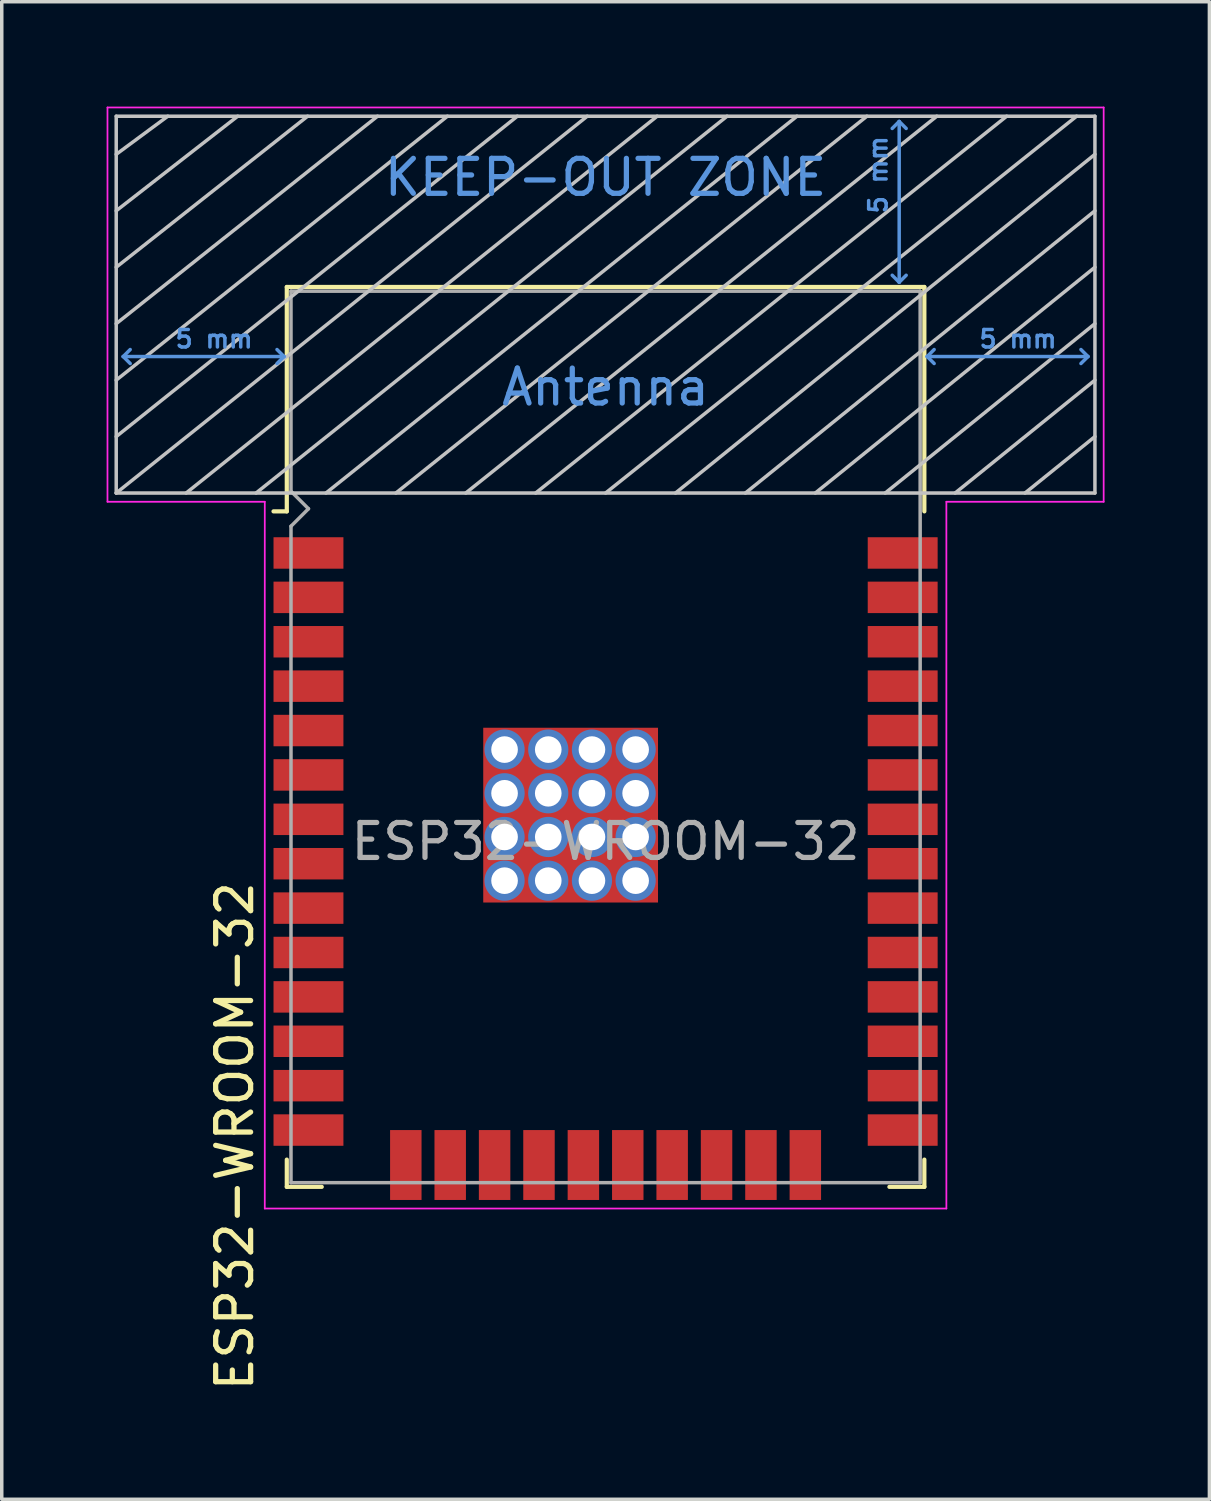
<source format=kicad_pcb>
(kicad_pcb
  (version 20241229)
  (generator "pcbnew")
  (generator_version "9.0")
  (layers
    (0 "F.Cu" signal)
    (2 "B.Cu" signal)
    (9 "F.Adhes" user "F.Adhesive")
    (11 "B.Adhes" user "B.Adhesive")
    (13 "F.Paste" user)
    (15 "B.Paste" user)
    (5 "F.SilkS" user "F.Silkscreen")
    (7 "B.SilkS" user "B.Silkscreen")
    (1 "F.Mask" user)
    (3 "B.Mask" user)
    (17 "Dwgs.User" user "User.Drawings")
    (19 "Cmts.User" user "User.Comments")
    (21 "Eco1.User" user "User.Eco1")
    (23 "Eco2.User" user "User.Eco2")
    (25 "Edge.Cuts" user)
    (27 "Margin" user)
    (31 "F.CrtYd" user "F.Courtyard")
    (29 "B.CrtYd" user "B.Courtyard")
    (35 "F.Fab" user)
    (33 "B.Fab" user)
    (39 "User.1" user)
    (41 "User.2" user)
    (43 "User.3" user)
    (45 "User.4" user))
  (footprint "ESP32-WROOM-32"
    (layer "F.Cu")
    (at 14.275 21.025)
    (property "Reference" "ESP32-WROOM-32" (at -10.61 8.43 90) (layer "F.SilkS") (effects (font (size 1 1) (thickness 0.15))))
    (attr smd)
    (fp_line (start -9.12 -15.865) (end -9.12 -9.445) (stroke (width 0.12) (type solid)) (layer "F.SilkS"))
    (fp_line (start -9.12 -15.865) (end 9.12 -15.865) (stroke (width 0.12) (type solid)) (layer "F.SilkS"))
    (fp_line (start -9.12 -9.445) (end -9.5 -9.445) (stroke (width 0.12) (type solid)) (layer "F.SilkS"))
    (fp_line (start -9.12 9.1) (end -9.12 9.88) (stroke (width 0.12) (type solid)) (layer "F.SilkS"))
    (fp_line (start -9.12 9.88) (end -8.12 9.88) (stroke (width 0.12) (type solid)) (layer "F.SilkS"))
    (fp_line (start 9.12 -15.865) (end 9.12 -9.445) (stroke (width 0.12) (type solid)) (layer "F.SilkS"))
    (fp_line (start 9.12 9.1) (end 9.12 9.88) (stroke (width 0.12) (type solid)) (layer "F.SilkS"))
    (fp_line (start 9.12 9.88) (end 8.12 9.88) (stroke (width 0.12) (type solid)) (layer "F.SilkS"))
    (fp_line (start -14 -9.97) (end -14 -20.75) (stroke (width 0.1) (type solid)) (layer "Dwgs.User"))
    (fp_line (start -12.525 -20.75) (end -14 -19.66) (stroke (width 0.1) (type solid)) (layer "Dwgs.User"))
    (fp_line (start -10.525 -20.75) (end -14 -18.045) (stroke (width 0.1) (type solid)) (layer "Dwgs.User"))
    (fp_line (start -8.525 -20.75) (end -14 -16.43) (stroke (width 0.1) (type solid)) (layer "Dwgs.User"))
    (fp_line (start -8 -9.97) (end 5.475 -20.75) (stroke (width 0.1) (type solid)) (layer "Dwgs.User"))
    (fp_line (start -6.525 -20.75) (end -14 -14.815) (stroke (width 0.1) (type solid)) (layer "Dwgs.User"))
    (fp_line (start -4.525 -20.75) (end -14 -13.2) (stroke (width 0.1) (type solid)) (layer "Dwgs.User"))
    (fp_line (start -2.525 -20.75) (end -14 -11.585) (stroke (width 0.1) (type solid)) (layer "Dwgs.User"))
    (fp_line (start -0.525 -20.75) (end -14 -9.97) (stroke (width 0.1) (type solid)) (layer "Dwgs.User"))
    (fp_line (start 1.475 -20.75) (end -12 -9.97) (stroke (width 0.1) (type solid)) (layer "Dwgs.User"))
    (fp_line (start 3.475 -20.75) (end -10 -9.97) (stroke (width 0.1) (type solid)) (layer "Dwgs.User"))
    (fp_line (start 7.475 -20.75) (end -6 -9.97) (stroke (width 0.1) (type solid)) (layer "Dwgs.User"))
    (fp_line (start 9.475 -20.75) (end -4 -9.97) (stroke (width 0.1) (type solid)) (layer "Dwgs.User"))
    (fp_line (start 11.475 -20.75) (end -2 -9.97) (stroke (width 0.1) (type solid)) (layer "Dwgs.User"))
    (fp_line (start 13.475 -20.75) (end 0 -9.97) (stroke (width 0.1) (type solid)) (layer "Dwgs.User"))
    (fp_line (start 14 -20.75) (end -14 -20.75) (stroke (width 0.1) (type solid)) (layer "Dwgs.User"))
    (fp_line (start 14 -19.66) (end 2 -9.97) (stroke (width 0.1) (type solid)) (layer "Dwgs.User"))
    (fp_line (start 14 -18.045) (end 4 -9.97) (stroke (width 0.1) (type solid)) (layer "Dwgs.User"))
    (fp_line (start 14 -16.43) (end 6 -9.97) (stroke (width 0.1) (type solid)) (layer "Dwgs.User"))
    (fp_line (start 14 -14.815) (end 8 -9.97) (stroke (width 0.1) (type solid)) (layer "Dwgs.User"))
    (fp_line (start 14 -13.2) (end 10 -9.97) (stroke (width 0.1) (type solid)) (layer "Dwgs.User"))
    (fp_line (start 14 -11.585) (end 12 -9.97) (stroke (width 0.1) (type solid)) (layer "Dwgs.User"))
    (fp_line (start 14 -9.97) (end -14 -9.97) (stroke (width 0.1) (type solid)) (layer "Dwgs.User"))
    (fp_line (start 14 -9.97) (end 14 -20.75) (stroke (width 0.1) (type solid)) (layer "Dwgs.User"))
    (fp_line (start -13.8 -13.875) (end -13.6 -14.075) (stroke (width 0.1) (type solid)) (layer "Cmts.User"))
    (fp_line (start -13.8 -13.875) (end -13.6 -13.675) (stroke (width 0.1) (type solid)) (layer "Cmts.User"))
    (fp_line (start -13.8 -13.875) (end -9.2 -13.875) (stroke (width 0.1) (type solid)) (layer "Cmts.User"))
    (fp_line (start -9.2 -13.875) (end -9.4 -14.075) (stroke (width 0.1) (type solid)) (layer "Cmts.User"))
    (fp_line (start -9.2 -13.875) (end -9.4 -13.675) (stroke (width 0.1) (type solid)) (layer "Cmts.User"))
    (fp_line (start 8.4 -20.6) (end 8.2 -20.4) (stroke (width 0.1) (type solid)) (layer "Cmts.User"))
    (fp_line (start 8.4 -20.6) (end 8.6 -20.4) (stroke (width 0.1) (type solid)) (layer "Cmts.User"))
    (fp_line (start 8.4 -16) (end 8.2 -16.2) (stroke (width 0.1) (type solid)) (layer "Cmts.User"))
    (fp_line (start 8.4 -16) (end 8.4 -20.6) (stroke (width 0.1) (type solid)) (layer "Cmts.User"))
    (fp_line (start 8.4 -16) (end 8.6 -16.2) (stroke (width 0.1) (type solid)) (layer "Cmts.User"))
    (fp_line (start 9.2 -13.875) (end 9.4 -14.075) (stroke (width 0.1) (type solid)) (layer "Cmts.User"))
    (fp_line (start 9.2 -13.875) (end 9.4 -13.675) (stroke (width 0.1) (type solid)) (layer "Cmts.User"))
    (fp_line (start 9.2 -13.875) (end 13.8 -13.875) (stroke (width 0.1) (type solid)) (layer "Cmts.User"))
    (fp_line (start 13.8 -13.875) (end 13.6 -14.075) (stroke (width 0.1) (type solid)) (layer "Cmts.User"))
    (fp_line (start 13.8 -13.875) (end 13.6 -13.675) (stroke (width 0.1) (type solid)) (layer "Cmts.User"))
    (fp_line (start -14.25 -21) (end -14.25 -9.72) (stroke (width 0.05) (type solid)) (layer "F.CrtYd"))
    (fp_line (start -14.25 -21) (end 14.25 -21) (stroke (width 0.05) (type solid)) (layer "F.CrtYd"))
    (fp_line (start -14.25 -9.72) (end -9.75 -9.72) (stroke (width 0.05) (type solid)) (layer "F.CrtYd"))
    (fp_line (start -9.75 10.5) (end -9.75 -9.72) (stroke (width 0.05) (type solid)) (layer "F.CrtYd"))
    (fp_line (start -9.75 10.5) (end 9.75 10.5) (stroke (width 0.05) (type solid)) (layer "F.CrtYd"))
    (fp_line (start 9.75 -9.72) (end 9.75 10.5) (stroke (width 0.05) (type solid)) (layer "F.CrtYd"))
    (fp_line (start 9.75 -9.72) (end 14.25 -9.72) (stroke (width 0.05) (type solid)) (layer "F.CrtYd"))
    (fp_line (start 14.25 -21) (end 14.25 -9.72) (stroke (width 0.05) (type solid)) (layer "F.CrtYd"))
    (fp_line (start -9 -15.745) (end -9 -10.02) (stroke (width 0.1) (type solid)) (layer "F.Fab"))
    (fp_line (start -9 -15.745) (end 9 -15.745) (stroke (width 0.1) (type solid)) (layer "F.Fab"))
    (fp_line (start -9 -9.02) (end -9 9.76) (stroke (width 0.1) (type solid)) (layer "F.Fab"))
    (fp_line (start -9 -9.02) (end -8.5 -9.52) (stroke (width 0.1) (type solid)) (layer "F.Fab"))
    (fp_line (start -9 9.76) (end 9 9.76) (stroke (width 0.1) (type solid)) (layer "F.Fab"))
    (fp_line (start -8.5 -9.52) (end -9 -10.02) (stroke (width 0.1) (type solid)) (layer "F.Fab"))
    (fp_line (start 9 9.76) (end 9 -15.745) (stroke (width 0.1) (type solid)) (layer "F.Fab"))
    (fp_text user "5 mm" (at -11.2 -14.375 0) (layer "Cmts.User") (effects (font (size 0.5 0.5) (thickness 0.1))))
    (fp_text user "KEEP-OUT ZONE" (at 0 -19 0) (layer "Cmts.User") (effects (font (size 1 1) (thickness 0.15))))
    (fp_text user "5 mm" (at 7.8 -19.075 90) (layer "Cmts.User") (effects (font (size 0.5 0.5) (thickness 0.1))))
    (fp_text user "Antenna" (at 0 -13 0) (layer "Cmts.User") (effects (font (size 1 1) (thickness 0.15))))
    (fp_text user "5 mm" (at 11.8 -14.375 0) (layer "Cmts.User") (effects (font (size 0.5 0.5) (thickness 0.1))))
    (fp_text user "${REFERENCE}" (at 0 0 0) (layer "F.Fab") (effects (font (size 1 1) (thickness 0.15))))
    (pad "1" smd rect (at -8.5 -8.255) (size 2 0.9) (layers "F.Cu" "F.Mask" "F.Paste"))
    (pad "2" smd rect (at -8.5 -6.985) (size 2 0.9) (layers "F.Cu" "F.Mask" "F.Paste"))
    (pad "3" smd rect (at -8.5 -5.715) (size 2 0.9) (layers "F.Cu" "F.Mask" "F.Paste"))
    (pad "4" smd rect (at -8.5 -4.445) (size 2 0.9) (layers "F.Cu" "F.Mask" "F.Paste"))
    (pad "5" smd rect (at -8.5 -3.175) (size 2 0.9) (layers "F.Cu" "F.Mask" "F.Paste"))
    (pad "6" smd rect (at -8.5 -1.905) (size 2 0.9) (layers "F.Cu" "F.Mask" "F.Paste"))
    (pad "7" smd rect (at -8.5 -0.635) (size 2 0.9) (layers "F.Cu" "F.Mask" "F.Paste"))
    (pad "8" smd rect (at -8.5 0.635) (size 2 0.9) (layers "F.Cu" "F.Mask" "F.Paste"))
    (pad "9" smd rect (at -8.5 1.905) (size 2 0.9) (layers "F.Cu" "F.Mask" "F.Paste"))
    (pad "10" smd rect (at -8.5 3.175) (size 2 0.9) (layers "F.Cu" "F.Mask" "F.Paste"))
    (pad "11" smd rect (at -8.5 4.445) (size 2 0.9) (layers "F.Cu" "F.Mask" "F.Paste"))
    (pad "12" smd rect (at -8.5 5.715) (size 2 0.9) (layers "F.Cu" "F.Mask" "F.Paste"))
    (pad "13" smd rect (at -8.5 6.985) (size 2 0.9) (layers "F.Cu" "F.Mask" "F.Paste"))
    (pad "14" smd rect (at -8.5 8.255) (size 2 0.9) (layers "F.Cu" "F.Mask" "F.Paste"))
    (pad "15" smd rect (at -5.715 9.255 90) (size 2 0.9) (layers "F.Cu" "F.Mask" "F.Paste"))
    (pad "16" smd rect (at -4.445 9.255 90) (size 2 0.9) (layers "F.Cu" "F.Mask" "F.Paste"))
    (pad "17" smd rect (at -3.175 9.255 90) (size 2 0.9) (layers "F.Cu" "F.Mask" "F.Paste"))
    (pad "18" smd rect (at -1.905 9.255 90) (size 2 0.9) (layers "F.Cu" "F.Mask" "F.Paste"))
    (pad "19" smd rect (at -0.635 9.255 90) (size 2 0.9) (layers "F.Cu" "F.Mask" "F.Paste"))
    (pad "20" smd rect (at 0.635 9.255 90) (size 2 0.9) (layers "F.Cu" "F.Mask" "F.Paste"))
    (pad "21" smd rect (at 1.905 9.255 90) (size 2 0.9) (layers "F.Cu" "F.Mask" "F.Paste"))
    (pad "22" smd rect (at 3.175 9.255 90) (size 2 0.9) (layers "F.Cu" "F.Mask" "F.Paste"))
    (pad "23" smd rect (at 4.445 9.255 90) (size 2 0.9) (layers "F.Cu" "F.Mask" "F.Paste"))
    (pad "24" smd rect (at 5.715 9.255 90) (size 2 0.9) (layers "F.Cu" "F.Mask" "F.Paste"))
    (pad "25" smd rect (at 8.5 8.255) (size 2 0.9) (layers "F.Cu" "F.Mask" "F.Paste"))
    (pad "26" smd rect (at 8.5 6.985) (size 2 0.9) (layers "F.Cu" "F.Mask" "F.Paste"))
    (pad "27" smd rect (at 8.5 5.715) (size 2 0.9) (layers "F.Cu" "F.Mask" "F.Paste"))
    (pad "28" smd rect (at 8.5 4.445) (size 2 0.9) (layers "F.Cu" "F.Mask" "F.Paste"))
    (pad "29" smd rect (at 8.5 3.175) (size 2 0.9) (layers "F.Cu" "F.Mask" "F.Paste"))
    (pad "30" smd rect (at 8.5 1.905) (size 2 0.9) (layers "F.Cu" "F.Mask" "F.Paste"))
    (pad "31" smd rect (at 8.5 0.635) (size 2 0.9) (layers "F.Cu" "F.Mask" "F.Paste"))
    (pad "32" smd rect (at 8.5 -0.635) (size 2 0.9) (layers "F.Cu" "F.Mask" "F.Paste"))
    (pad "33" smd rect (at 8.5 -1.905) (size 2 0.9) (layers "F.Cu" "F.Mask" "F.Paste"))
    (pad "34" smd rect (at 8.5 -3.175) (size 2 0.9) (layers "F.Cu" "F.Mask" "F.Paste"))
    (pad "35" smd rect (at 8.5 -4.445) (size 2 0.9) (layers "F.Cu" "F.Mask" "F.Paste"))
    (pad "36" smd rect (at 8.5 -5.715) (size 2 0.9) (layers "F.Cu" "F.Mask" "F.Paste"))
    (pad "37" smd rect (at 8.5 -6.985) (size 2 0.9) (layers "F.Cu" "F.Mask" "F.Paste"))
    (pad "38" smd rect (at 8.5 -8.255) (size 2 0.9) (layers "F.Cu" "F.Mask" "F.Paste"))
    (pad "39" thru_hole circle (at -2.89 -2.63) (size 1.15 1.15) (drill 0.762) (layers "*.Cu" "*.Mask"))
    (pad "39" thru_hole circle (at -2.89 -1.38) (size 1.15 1.15) (drill 0.762) (layers "*.Cu" "*.Mask"))
    (pad "39" thru_hole circle (at -2.89 -0.13) (size 1.15 1.15) (drill 0.762) (layers "*.Cu" "*.Mask"))
    (pad "39" thru_hole circle (at -2.89 1.12) (size 1.15 1.15) (drill 0.762) (layers "*.Cu" "*.Mask"))
    (pad "39" thru_hole circle (at -1.64 -2.63) (size 1.15 1.15) (drill 0.762) (layers "*.Cu" "*.Mask"))
    (pad "39" thru_hole circle (at -1.64 -1.38) (size 1.15 1.15) (drill 0.762) (layers "*.Cu" "*.Mask"))
    (pad "39" thru_hole circle (at -1.64 -0.13) (size 1.15 1.15) (drill 0.762) (layers "*.Cu" "*.Mask"))
    (pad "39" thru_hole circle (at -1.64 1.12) (size 1.15 1.15) (drill 0.762) (layers "*.Cu" "*.Mask"))
    (pad "39" smd rect (at -1 -0.755) (size 5 5) (layers "F.Cu" "F.Mask" "F.Paste"))
    (pad "39" thru_hole circle (at -0.39 -2.63) (size 1.15 1.15) (drill 0.762) (layers "*.Cu" "*.Mask"))
    (pad "39" thru_hole circle (at -0.39 -1.38) (size 1.15 1.15) (drill 0.762) (layers "*.Cu" "*.Mask"))
    (pad "39" thru_hole circle (at -0.39 -0.13) (size 1.15 1.15) (drill 0.762) (layers "*.Cu" "*.Mask"))
    (pad "39" thru_hole circle (at -0.39 1.12) (size 1.15 1.15) (drill 0.762) (layers "*.Cu" "*.Mask"))
    (pad "39" thru_hole circle (at 0.86 -2.63) (size 1.15 1.15) (drill 0.762) (layers "*.Cu" "*.Mask"))
    (pad "39" thru_hole circle (at 0.86 -1.38) (size 1.15 1.15) (drill 0.762) (layers "*.Cu" "*.Mask"))
    (pad "39" thru_hole circle (at 0.86 -0.13) (size 1.15 1.15) (drill 0.762) (layers "*.Cu" "*.Mask"))
    (pad "39" thru_hole circle (at 0.86 1.12) (size 1.15 1.15) (drill 0.762) (layers "*.Cu" "*.Mask")))
  (gr_rect
    (start -3 -3)
    (end 31.55 39.842)
    (stroke (width 0.1) (type default))
    (fill no)
    (layer "Edge.Cuts")))
</source>
